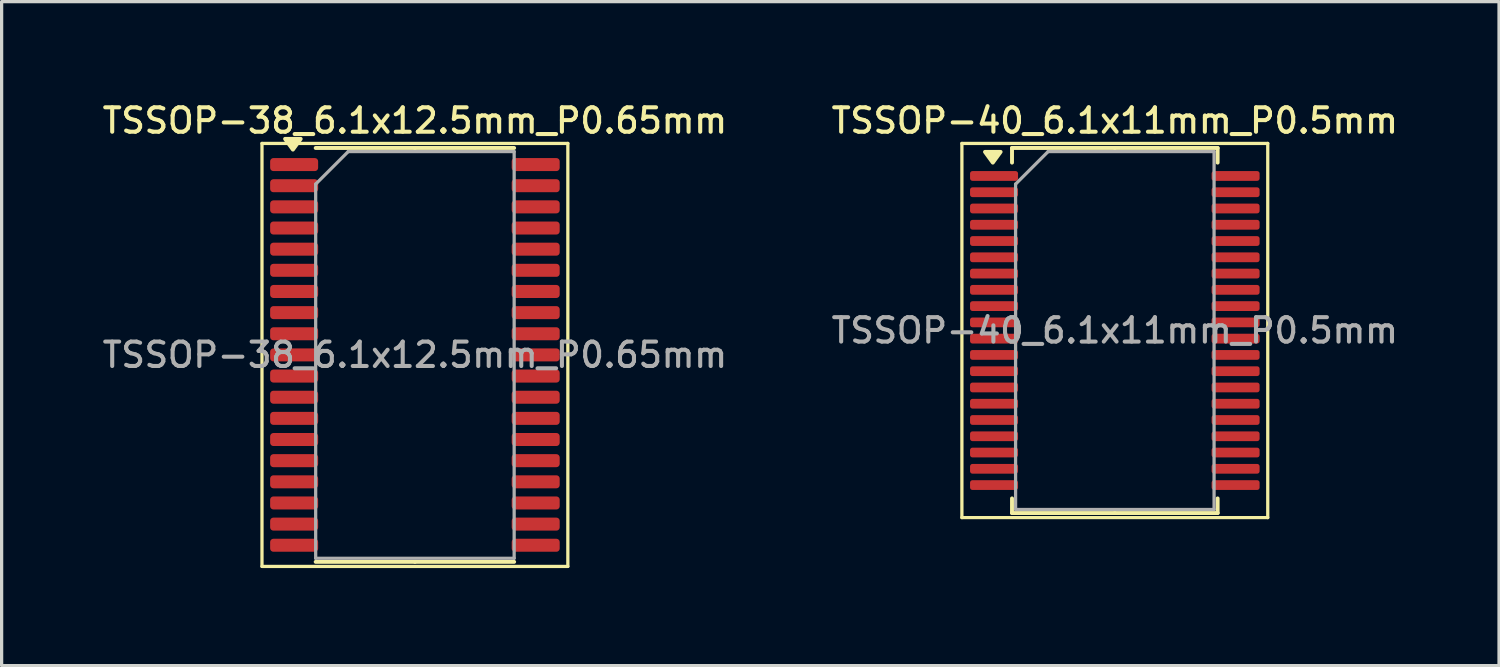
<source format=kicad_pcb>
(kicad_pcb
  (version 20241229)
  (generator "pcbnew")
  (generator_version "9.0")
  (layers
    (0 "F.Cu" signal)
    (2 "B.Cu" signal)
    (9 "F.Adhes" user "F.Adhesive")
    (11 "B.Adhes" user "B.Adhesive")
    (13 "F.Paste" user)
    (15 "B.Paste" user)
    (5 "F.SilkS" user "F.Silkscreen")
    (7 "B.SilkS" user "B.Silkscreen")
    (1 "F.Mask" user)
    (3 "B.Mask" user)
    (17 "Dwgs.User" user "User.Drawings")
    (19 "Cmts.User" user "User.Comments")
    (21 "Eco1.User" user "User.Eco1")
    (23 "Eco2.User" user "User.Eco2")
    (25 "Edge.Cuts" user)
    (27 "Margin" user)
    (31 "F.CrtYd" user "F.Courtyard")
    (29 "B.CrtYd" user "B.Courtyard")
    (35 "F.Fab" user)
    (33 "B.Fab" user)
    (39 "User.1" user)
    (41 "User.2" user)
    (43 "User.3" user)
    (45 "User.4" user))
  (footprint "TSSOP-38_6.1x12.5mm_P0.65mm"
    (layer "F.Cu")
    (at 9.702 7.858)
    (property "Reference" "TSSOP-38_6.1x12.5mm_P0.65mm" (at 0 -7.2 0) (layer "F.SilkS") (effects (font (size 0.75 0.75) (thickness 0.125))))
    (attr smd)
    (fp_line (start -4.7 -6.5) (end -4.7 6.5) (stroke (width 0.1) (type solid)) (layer "F.SilkS"))
    (fp_line (start -4.7 6.5) (end 4.7 6.5) (stroke (width 0.1) (type solid)) (layer "F.SilkS"))
    (fp_line (start 0 -6.36) (end -3.05 -6.36) (stroke (width 0.12) (type solid)) (layer "F.SilkS"))
    (fp_line (start 0 -6.36) (end 3.05 -6.36) (stroke (width 0.12) (type solid)) (layer "F.SilkS"))
    (fp_line (start 0 6.36) (end -3.05 6.36) (stroke (width 0.12) (type solid)) (layer "F.SilkS"))
    (fp_line (start 0 6.36) (end 3.05 6.36) (stroke (width 0.12) (type solid)) (layer "F.SilkS"))
    (fp_line (start 4.7 -6.5) (end -4.7 -6.5) (stroke (width 0.1) (type solid)) (layer "F.SilkS"))
    (fp_line (start 4.7 6.5) (end 4.7 -6.5) (stroke (width 0.1) (type solid)) (layer "F.SilkS"))
    (fp_poly (pts (xy -3.75 -6.31) (xy -3.99 -6.64) (xy -3.51 -6.64) (xy -3.75 -6.31)) (stroke (width 0.12) (type solid)) (fill yes) (layer "F.SilkS"))
    (fp_line (start -3.05 -5.25) (end -2.05 -6.25) (stroke (width 0.1) (type solid)) (layer "F.Fab"))
    (fp_line (start -3.05 6.25) (end -3.05 -5.25) (stroke (width 0.1) (type solid)) (layer "F.Fab"))
    (fp_line (start -2.05 -6.25) (end 3.05 -6.25) (stroke (width 0.1) (type solid)) (layer "F.Fab"))
    (fp_line (start 3.05 -6.25) (end 3.05 6.25) (stroke (width 0.1) (type solid)) (layer "F.Fab"))
    (fp_line (start 3.05 6.25) (end -3.05 6.25) (stroke (width 0.1) (type solid)) (layer "F.Fab"))
    (fp_text user "${REFERENCE}" (at 0 0 0) (layer "F.Fab") (effects (font (size 0.75 0.75) (thickness 0.125))))
    (pad "1" smd roundrect (at -3.712 -5.85) (size 1.475 0.4) (layers "F.Cu" "F.Mask" "F.Paste") (roundrect_rratio 0.25))
    (pad "2" smd roundrect (at -3.712 -5.2) (size 1.475 0.4) (layers "F.Cu" "F.Mask" "F.Paste") (roundrect_rratio 0.25))
    (pad "3" smd roundrect (at -3.712 -4.55) (size 1.475 0.4) (layers "F.Cu" "F.Mask" "F.Paste") (roundrect_rratio 0.25))
    (pad "4" smd roundrect (at -3.712 -3.9) (size 1.475 0.4) (layers "F.Cu" "F.Mask" "F.Paste") (roundrect_rratio 0.25))
    (pad "5" smd roundrect (at -3.712 -3.25) (size 1.475 0.4) (layers "F.Cu" "F.Mask" "F.Paste") (roundrect_rratio 0.25))
    (pad "6" smd roundrect (at -3.712 -2.6) (size 1.475 0.4) (layers "F.Cu" "F.Mask" "F.Paste") (roundrect_rratio 0.25))
    (pad "7" smd roundrect (at -3.712 -1.95) (size 1.475 0.4) (layers "F.Cu" "F.Mask" "F.Paste") (roundrect_rratio 0.25))
    (pad "8" smd roundrect (at -3.712 -1.3) (size 1.475 0.4) (layers "F.Cu" "F.Mask" "F.Paste") (roundrect_rratio 0.25))
    (pad "9" smd roundrect (at -3.712 -0.65) (size 1.475 0.4) (layers "F.Cu" "F.Mask" "F.Paste") (roundrect_rratio 0.25))
    (pad "10" smd roundrect (at -3.712 0) (size 1.475 0.4) (layers "F.Cu" "F.Mask" "F.Paste") (roundrect_rratio 0.25))
    (pad "11" smd roundrect (at -3.712 0.65) (size 1.475 0.4) (layers "F.Cu" "F.Mask" "F.Paste") (roundrect_rratio 0.25))
    (pad "12" smd roundrect (at -3.712 1.3) (size 1.475 0.4) (layers "F.Cu" "F.Mask" "F.Paste") (roundrect_rratio 0.25))
    (pad "13" smd roundrect (at -3.712 1.95) (size 1.475 0.4) (layers "F.Cu" "F.Mask" "F.Paste") (roundrect_rratio 0.25))
    (pad "14" smd roundrect (at -3.712 2.6) (size 1.475 0.4) (layers "F.Cu" "F.Mask" "F.Paste") (roundrect_rratio 0.25))
    (pad "15" smd roundrect (at -3.712 3.25) (size 1.475 0.4) (layers "F.Cu" "F.Mask" "F.Paste") (roundrect_rratio 0.25))
    (pad "16" smd roundrect (at -3.712 3.9) (size 1.475 0.4) (layers "F.Cu" "F.Mask" "F.Paste") (roundrect_rratio 0.25))
    (pad "17" smd roundrect (at -3.712 4.55) (size 1.475 0.4) (layers "F.Cu" "F.Mask" "F.Paste") (roundrect_rratio 0.25))
    (pad "18" smd roundrect (at -3.712 5.2) (size 1.475 0.4) (layers "F.Cu" "F.Mask" "F.Paste") (roundrect_rratio 0.25))
    (pad "19" smd roundrect (at -3.712 5.85) (size 1.475 0.4) (layers "F.Cu" "F.Mask" "F.Paste") (roundrect_rratio 0.25))
    (pad "20" smd roundrect (at 3.712 5.85) (size 1.475 0.4) (layers "F.Cu" "F.Mask" "F.Paste") (roundrect_rratio 0.25))
    (pad "21" smd roundrect (at 3.712 5.2) (size 1.475 0.4) (layers "F.Cu" "F.Mask" "F.Paste") (roundrect_rratio 0.25))
    (pad "22" smd roundrect (at 3.712 4.55) (size 1.475 0.4) (layers "F.Cu" "F.Mask" "F.Paste") (roundrect_rratio 0.25))
    (pad "23" smd roundrect (at 3.712 3.9) (size 1.475 0.4) (layers "F.Cu" "F.Mask" "F.Paste") (roundrect_rratio 0.25))
    (pad "24" smd roundrect (at 3.712 3.25) (size 1.475 0.4) (layers "F.Cu" "F.Mask" "F.Paste") (roundrect_rratio 0.25))
    (pad "25" smd roundrect (at 3.712 2.6) (size 1.475 0.4) (layers "F.Cu" "F.Mask" "F.Paste") (roundrect_rratio 0.25))
    (pad "26" smd roundrect (at 3.712 1.95) (size 1.475 0.4) (layers "F.Cu" "F.Mask" "F.Paste") (roundrect_rratio 0.25))
    (pad "27" smd roundrect (at 3.712 1.3) (size 1.475 0.4) (layers "F.Cu" "F.Mask" "F.Paste") (roundrect_rratio 0.25))
    (pad "28" smd roundrect (at 3.712 0.65) (size 1.475 0.4) (layers "F.Cu" "F.Mask" "F.Paste") (roundrect_rratio 0.25))
    (pad "29" smd roundrect (at 3.712 0) (size 1.475 0.4) (layers "F.Cu" "F.Mask" "F.Paste") (roundrect_rratio 0.25))
    (pad "30" smd roundrect (at 3.712 -0.65) (size 1.475 0.4) (layers "F.Cu" "F.Mask" "F.Paste") (roundrect_rratio 0.25))
    (pad "31" smd roundrect (at 3.712 -1.3) (size 1.475 0.4) (layers "F.Cu" "F.Mask" "F.Paste") (roundrect_rratio 0.25))
    (pad "32" smd roundrect (at 3.712 -1.95) (size 1.475 0.4) (layers "F.Cu" "F.Mask" "F.Paste") (roundrect_rratio 0.25))
    (pad "33" smd roundrect (at 3.712 -2.6) (size 1.475 0.4) (layers "F.Cu" "F.Mask" "F.Paste") (roundrect_rratio 0.25))
    (pad "34" smd roundrect (at 3.712 -3.25) (size 1.475 0.4) (layers "F.Cu" "F.Mask" "F.Paste") (roundrect_rratio 0.25))
    (pad "35" smd roundrect (at 3.712 -3.9) (size 1.475 0.4) (layers "F.Cu" "F.Mask" "F.Paste") (roundrect_rratio 0.25))
    (pad "36" smd roundrect (at 3.712 -4.55) (size 1.475 0.4) (layers "F.Cu" "F.Mask" "F.Paste") (roundrect_rratio 0.25))
    (pad "37" smd roundrect (at 3.712 -5.2) (size 1.475 0.4) (layers "F.Cu" "F.Mask" "F.Paste") (roundrect_rratio 0.25))
    (pad "38" smd roundrect (at 3.712 -5.85) (size 1.475 0.4) (layers "F.Cu" "F.Mask" "F.Paste") (roundrect_rratio 0.25)))
  (footprint "TSSOP-40_6.1x11mm_P0.5mm"
    (layer "F.Cu")
    (at 31.213 7.108)
    (property "Reference" "TSSOP-40_6.1x11mm_P0.5mm" (at 0 -6.45 0) (layer "F.SilkS") (effects (font (size 0.75 0.75) (thickness 0.125))))
    (attr smd)
    (fp_line (start -4.7 -5.75) (end -4.7 5.75) (stroke (width 0.1) (type solid)) (layer "F.SilkS"))
    (fp_line (start -4.7 5.75) (end 4.7 5.75) (stroke (width 0.1) (type solid)) (layer "F.SilkS"))
    (fp_line (start -3.16 -5.61) (end -3.16 -5.16) (stroke (width 0.12) (type solid)) (layer "F.SilkS"))
    (fp_line (start -3.16 5.61) (end -3.16 5.16) (stroke (width 0.12) (type solid)) (layer "F.SilkS"))
    (fp_line (start 0 -5.61) (end -3.16 -5.61) (stroke (width 0.12) (type solid)) (layer "F.SilkS"))
    (fp_line (start 0 -5.61) (end 3.16 -5.61) (stroke (width 0.12) (type solid)) (layer "F.SilkS"))
    (fp_line (start 0 5.61) (end -3.16 5.61) (stroke (width 0.12) (type solid)) (layer "F.SilkS"))
    (fp_line (start 0 5.61) (end 3.16 5.61) (stroke (width 0.12) (type solid)) (layer "F.SilkS"))
    (fp_line (start 3.16 -5.61) (end 3.16 -5.16) (stroke (width 0.12) (type solid)) (layer "F.SilkS"))
    (fp_line (start 3.16 5.61) (end 3.16 5.16) (stroke (width 0.12) (type solid)) (layer "F.SilkS"))
    (fp_line (start 4.7 -5.75) (end -4.7 -5.75) (stroke (width 0.1) (type solid)) (layer "F.SilkS"))
    (fp_line (start 4.7 5.75) (end 4.7 -5.75) (stroke (width 0.1) (type solid)) (layer "F.SilkS"))
    (fp_poly (pts (xy -3.75 -5.16) (xy -3.99 -5.49) (xy -3.51 -5.49) (xy -3.75 -5.16)) (stroke (width 0.12) (type solid)) (fill yes) (layer "F.SilkS"))
    (fp_line (start -3.05 -4.5) (end -2.05 -5.5) (stroke (width 0.1) (type solid)) (layer "F.Fab"))
    (fp_line (start -3.05 5.5) (end -3.05 -4.5) (stroke (width 0.1) (type solid)) (layer "F.Fab"))
    (fp_line (start -2.05 -5.5) (end 3.05 -5.5) (stroke (width 0.1) (type solid)) (layer "F.Fab"))
    (fp_line (start 3.05 -5.5) (end 3.05 5.5) (stroke (width 0.1) (type solid)) (layer "F.Fab"))
    (fp_line (start 3.05 5.5) (end -3.05 5.5) (stroke (width 0.1) (type solid)) (layer "F.Fab"))
    (fp_text user "${REFERENCE}" (at 0 0 0) (layer "F.Fab") (effects (font (size 0.75 0.75) (thickness 0.125))))
    (pad "1" smd roundrect (at -3.712 -4.75) (size 1.475 0.3) (layers "F.Cu" "F.Mask" "F.Paste") (roundrect_rratio 0.25))
    (pad "2" smd roundrect (at -3.712 -4.25) (size 1.475 0.3) (layers "F.Cu" "F.Mask" "F.Paste") (roundrect_rratio 0.25))
    (pad "3" smd roundrect (at -3.712 -3.75) (size 1.475 0.3) (layers "F.Cu" "F.Mask" "F.Paste") (roundrect_rratio 0.25))
    (pad "4" smd roundrect (at -3.712 -3.25) (size 1.475 0.3) (layers "F.Cu" "F.Mask" "F.Paste") (roundrect_rratio 0.25))
    (pad "5" smd roundrect (at -3.712 -2.75) (size 1.475 0.3) (layers "F.Cu" "F.Mask" "F.Paste") (roundrect_rratio 0.25))
    (pad "6" smd roundrect (at -3.712 -2.25) (size 1.475 0.3) (layers "F.Cu" "F.Mask" "F.Paste") (roundrect_rratio 0.25))
    (pad "7" smd roundrect (at -3.712 -1.75) (size 1.475 0.3) (layers "F.Cu" "F.Mask" "F.Paste") (roundrect_rratio 0.25))
    (pad "8" smd roundrect (at -3.712 -1.25) (size 1.475 0.3) (layers "F.Cu" "F.Mask" "F.Paste") (roundrect_rratio 0.25))
    (pad "9" smd roundrect (at -3.712 -0.75) (size 1.475 0.3) (layers "F.Cu" "F.Mask" "F.Paste") (roundrect_rratio 0.25))
    (pad "10" smd roundrect (at -3.712 -0.25) (size 1.475 0.3) (layers "F.Cu" "F.Mask" "F.Paste") (roundrect_rratio 0.25))
    (pad "11" smd roundrect (at -3.712 0.25) (size 1.475 0.3) (layers "F.Cu" "F.Mask" "F.Paste") (roundrect_rratio 0.25))
    (pad "12" smd roundrect (at -3.712 0.75) (size 1.475 0.3) (layers "F.Cu" "F.Mask" "F.Paste") (roundrect_rratio 0.25))
    (pad "13" smd roundrect (at -3.712 1.25) (size 1.475 0.3) (layers "F.Cu" "F.Mask" "F.Paste") (roundrect_rratio 0.25))
    (pad "14" smd roundrect (at -3.712 1.75) (size 1.475 0.3) (layers "F.Cu" "F.Mask" "F.Paste") (roundrect_rratio 0.25))
    (pad "15" smd roundrect (at -3.712 2.25) (size 1.475 0.3) (layers "F.Cu" "F.Mask" "F.Paste") (roundrect_rratio 0.25))
    (pad "16" smd roundrect (at -3.712 2.75) (size 1.475 0.3) (layers "F.Cu" "F.Mask" "F.Paste") (roundrect_rratio 0.25))
    (pad "17" smd roundrect (at -3.712 3.25) (size 1.475 0.3) (layers "F.Cu" "F.Mask" "F.Paste") (roundrect_rratio 0.25))
    (pad "18" smd roundrect (at -3.712 3.75) (size 1.475 0.3) (layers "F.Cu" "F.Mask" "F.Paste") (roundrect_rratio 0.25))
    (pad "19" smd roundrect (at -3.712 4.25) (size 1.475 0.3) (layers "F.Cu" "F.Mask" "F.Paste") (roundrect_rratio 0.25))
    (pad "20" smd roundrect (at -3.712 4.75) (size 1.475 0.3) (layers "F.Cu" "F.Mask" "F.Paste") (roundrect_rratio 0.25))
    (pad "21" smd roundrect (at 3.712 4.75) (size 1.475 0.3) (layers "F.Cu" "F.Mask" "F.Paste") (roundrect_rratio 0.25))
    (pad "22" smd roundrect (at 3.712 4.25) (size 1.475 0.3) (layers "F.Cu" "F.Mask" "F.Paste") (roundrect_rratio 0.25))
    (pad "23" smd roundrect (at 3.712 3.75) (size 1.475 0.3) (layers "F.Cu" "F.Mask" "F.Paste") (roundrect_rratio 0.25))
    (pad "24" smd roundrect (at 3.712 3.25) (size 1.475 0.3) (layers "F.Cu" "F.Mask" "F.Paste") (roundrect_rratio 0.25))
    (pad "25" smd roundrect (at 3.712 2.75) (size 1.475 0.3) (layers "F.Cu" "F.Mask" "F.Paste") (roundrect_rratio 0.25))
    (pad "26" smd roundrect (at 3.712 2.25) (size 1.475 0.3) (layers "F.Cu" "F.Mask" "F.Paste") (roundrect_rratio 0.25))
    (pad "27" smd roundrect (at 3.712 1.75) (size 1.475 0.3) (layers "F.Cu" "F.Mask" "F.Paste") (roundrect_rratio 0.25))
    (pad "28" smd roundrect (at 3.712 1.25) (size 1.475 0.3) (layers "F.Cu" "F.Mask" "F.Paste") (roundrect_rratio 0.25))
    (pad "29" smd roundrect (at 3.712 0.75) (size 1.475 0.3) (layers "F.Cu" "F.Mask" "F.Paste") (roundrect_rratio 0.25))
    (pad "30" smd roundrect (at 3.712 0.25) (size 1.475 0.3) (layers "F.Cu" "F.Mask" "F.Paste") (roundrect_rratio 0.25))
    (pad "31" smd roundrect (at 3.712 -0.25) (size 1.475 0.3) (layers "F.Cu" "F.Mask" "F.Paste") (roundrect_rratio 0.25))
    (pad "32" smd roundrect (at 3.712 -0.75) (size 1.475 0.3) (layers "F.Cu" "F.Mask" "F.Paste") (roundrect_rratio 0.25))
    (pad "33" smd roundrect (at 3.712 -1.25) (size 1.475 0.3) (layers "F.Cu" "F.Mask" "F.Paste") (roundrect_rratio 0.25))
    (pad "34" smd roundrect (at 3.712 -1.75) (size 1.475 0.3) (layers "F.Cu" "F.Mask" "F.Paste") (roundrect_rratio 0.25))
    (pad "35" smd roundrect (at 3.712 -2.25) (size 1.475 0.3) (layers "F.Cu" "F.Mask" "F.Paste") (roundrect_rratio 0.25))
    (pad "36" smd roundrect (at 3.712 -2.75) (size 1.475 0.3) (layers "F.Cu" "F.Mask" "F.Paste") (roundrect_rratio 0.25))
    (pad "37" smd roundrect (at 3.712 -3.25) (size 1.475 0.3) (layers "F.Cu" "F.Mask" "F.Paste") (roundrect_rratio 0.25))
    (pad "38" smd roundrect (at 3.712 -3.75) (size 1.475 0.3) (layers "F.Cu" "F.Mask" "F.Paste") (roundrect_rratio 0.25))
    (pad "39" smd roundrect (at 3.712 -4.25) (size 1.475 0.3) (layers "F.Cu" "F.Mask" "F.Paste") (roundrect_rratio 0.25))
    (pad "40" smd roundrect (at 3.712 -4.75) (size 1.475 0.3) (layers "F.Cu" "F.Mask" "F.Paste") (roundrect_rratio 0.25)))
  (gr_rect
    (start -3 -3)
    (end 43.021 17.408)
    (stroke (width 0.1) (type default))
    (fill no)
    (layer "Edge.Cuts")))
</source>
